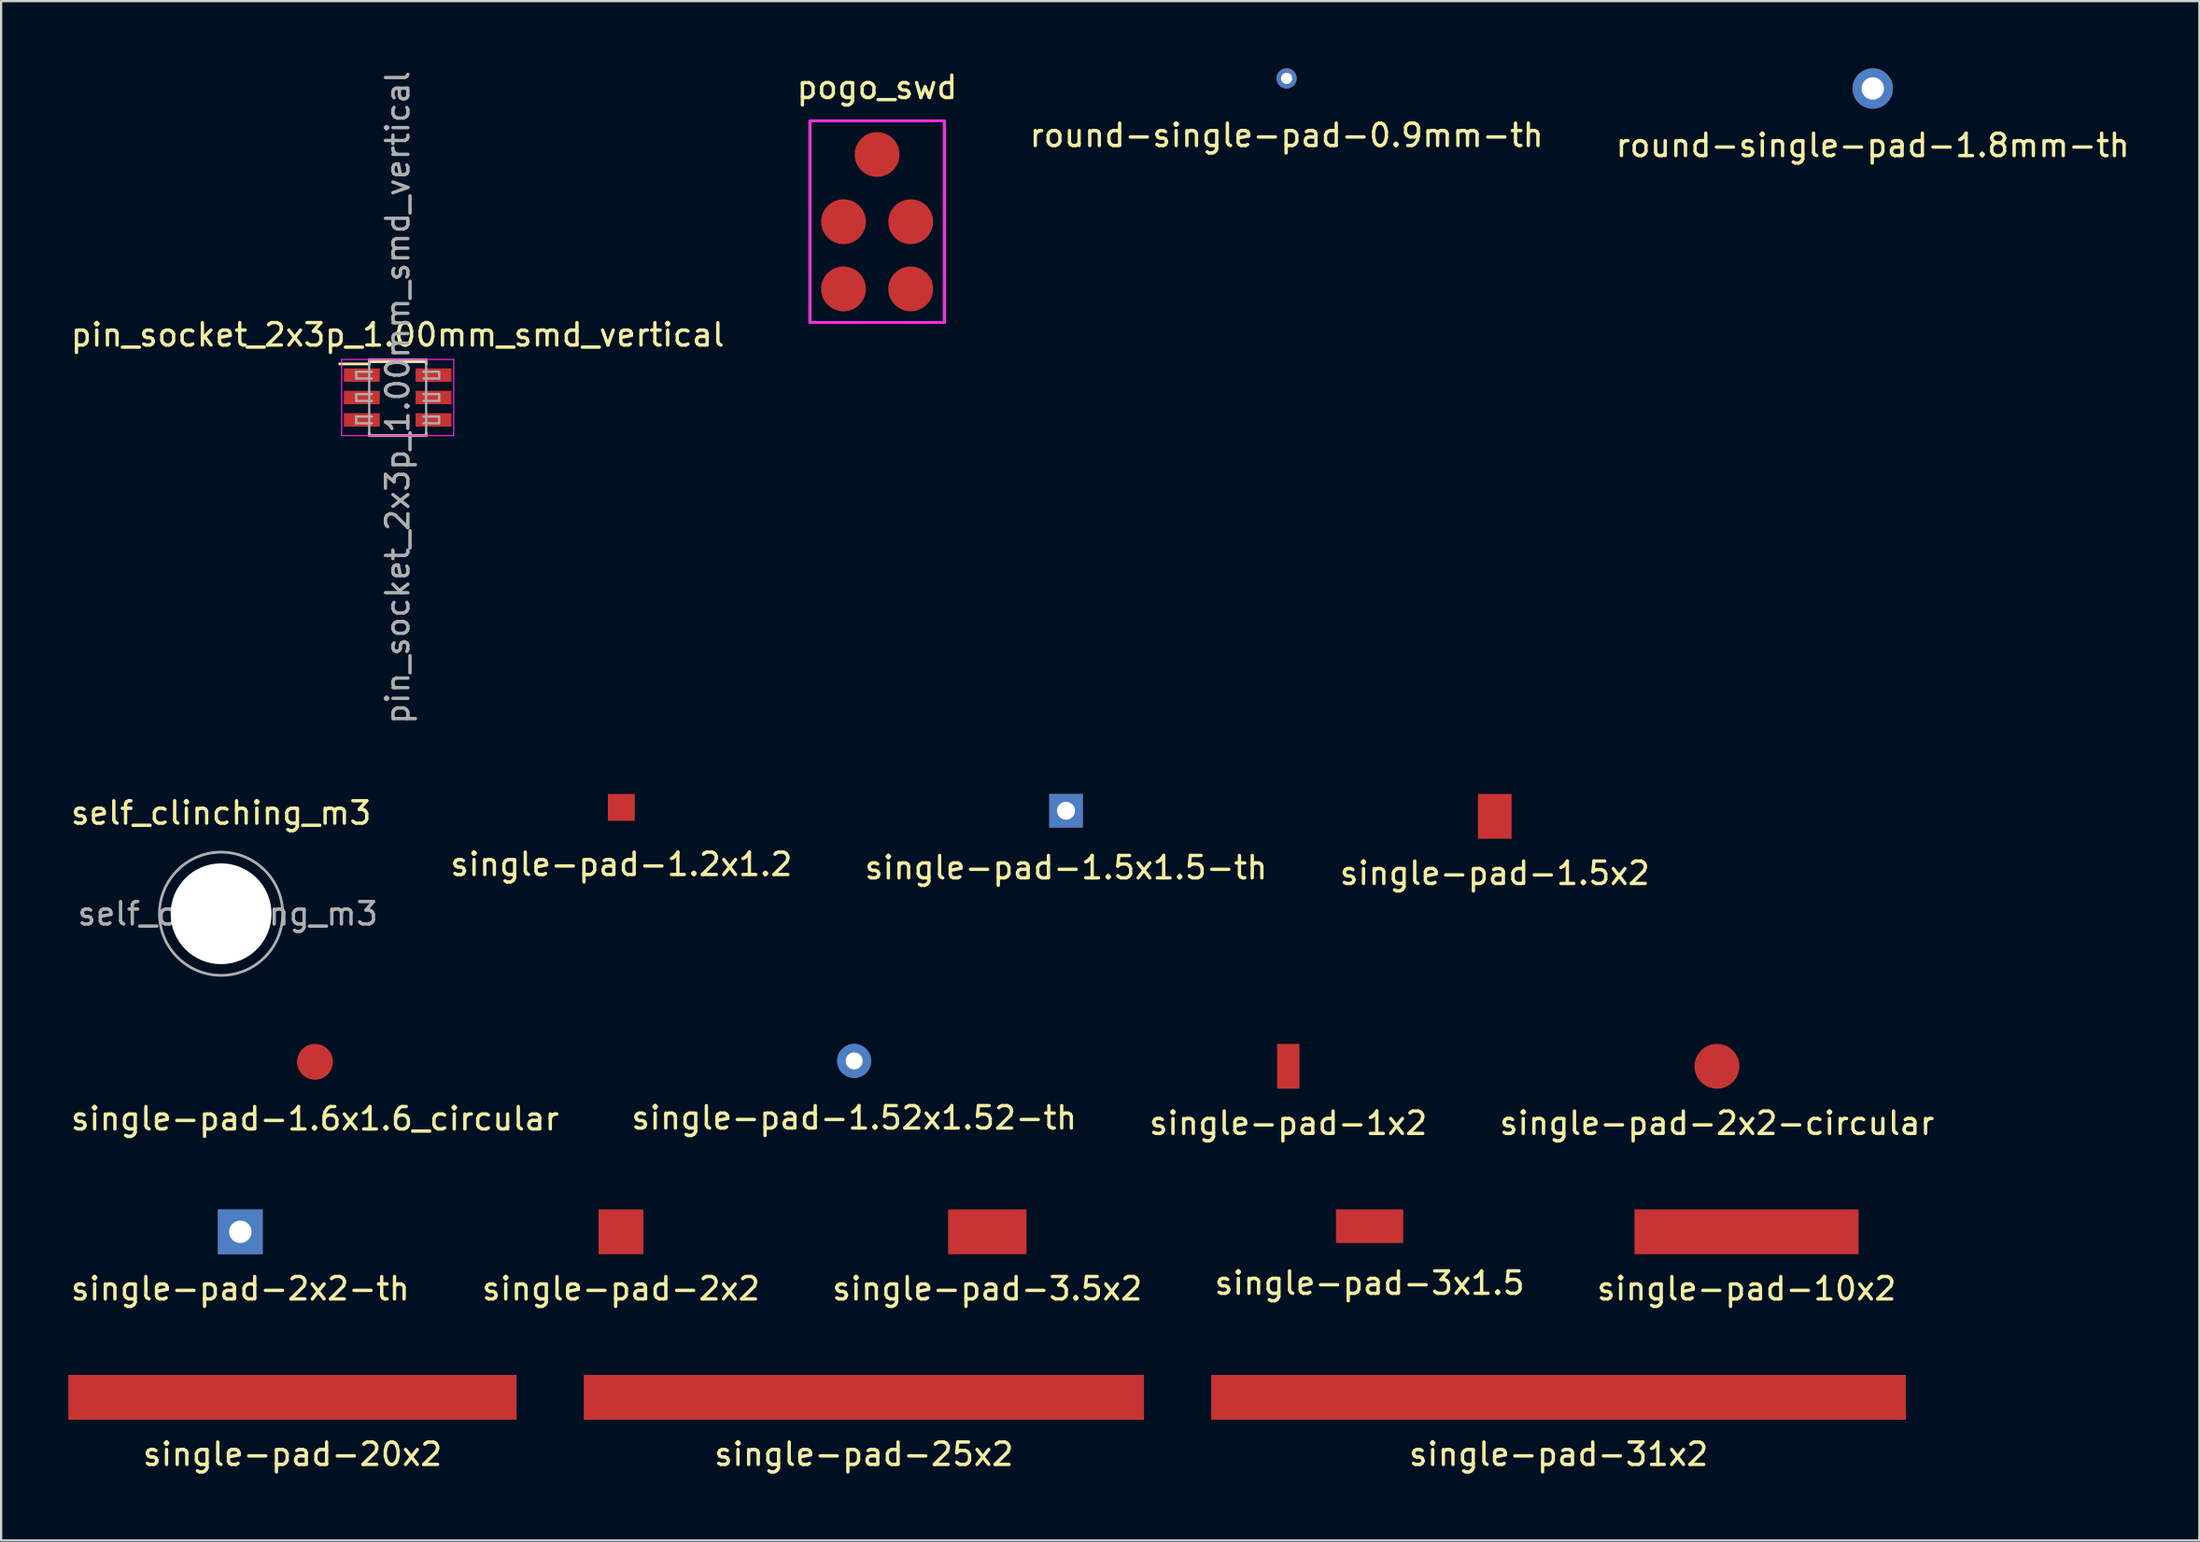
<source format=kicad_pcb>
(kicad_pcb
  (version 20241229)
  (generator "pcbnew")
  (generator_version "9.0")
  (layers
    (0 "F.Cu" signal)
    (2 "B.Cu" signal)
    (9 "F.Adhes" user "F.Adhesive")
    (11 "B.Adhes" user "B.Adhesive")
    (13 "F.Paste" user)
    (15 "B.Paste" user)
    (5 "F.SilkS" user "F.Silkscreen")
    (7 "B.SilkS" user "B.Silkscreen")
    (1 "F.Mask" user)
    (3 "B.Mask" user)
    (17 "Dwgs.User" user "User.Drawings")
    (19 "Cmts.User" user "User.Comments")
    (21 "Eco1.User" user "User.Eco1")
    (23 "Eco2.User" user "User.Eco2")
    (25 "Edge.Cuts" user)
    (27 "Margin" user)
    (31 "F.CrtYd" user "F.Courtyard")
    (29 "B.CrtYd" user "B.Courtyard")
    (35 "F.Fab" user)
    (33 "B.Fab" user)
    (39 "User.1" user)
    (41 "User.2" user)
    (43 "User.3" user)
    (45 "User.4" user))
  (footprint "single-pad-1x2"
    (layer "F.Cu")
    (at 54.435 44.551)
    (property "Reference" "single-pad-1x2" (at 0 2.54 0) (layer "F.SilkS") (effects (font (size 1 1) (thickness 0.15))))
    (attr through_hole)
    (pad "1" smd rect (at 0 0) (size 1 2) (layers "F.Cu" "F.Mask" "F.Paste")))
  (footprint "pogo_swd"
    (layer "F.Cu")
    (at 36.089 6.848)
    (property "Reference" "pogo_swd" (at 0 -6 0) (unlocked yes) (layer "F.SilkS") (effects (font (size 1 1) (thickness 0.15))))
    (attr smd)
    (fp_rect (start -3 -4.5) (end 3 4.5) (stroke (width 0.12) (type solid)) (fill no) (layer "F.SilkS"))
    (fp_rect (start -3 -4.5) (end 3 4.5) (stroke (width 0.12) (type solid)) (fill no) (layer "F.CrtYd"))
    (pad "1" smd circle (at 0 -3) (size 2 2) (layers "F.Cu" "F.Mask" "F.Paste"))
    (pad "2" smd circle (at -1.5 0) (size 2 2) (layers "F.Cu" "F.Mask" "F.Paste"))
    (pad "3" smd circle (at 1.5 0) (size 2 2) (layers "F.Cu" "F.Mask" "F.Paste"))
    (pad "4" smd circle (at 1.5 3) (size 2 2) (layers "F.Cu" "F.Mask" "F.Paste"))
    (pad "5" smd circle (at -1.5 3) (size 2 2) (layers "F.Cu" "F.Mask" "F.Paste")))
  (footprint "single-pad-31x2"
    (layer "F.Cu")
    (at 66.5 59.328)
    (property "Reference" "single-pad-31x2" (at 0 2.54 0) (layer "F.SilkS") (effects (font (size 1 1) (thickness 0.15))))
    (attr through_hole)
    (pad "1" smd rect (at 0 0) (size 31 2) (layers "F.Cu" "F.Mask" "F.Paste")))
  (footprint "pin_socket_2x3p_1.00mm_smd_vertical"
    (layer "F.Cu")
    (at 14.696 14.696)
    (property "Reference" "pin_socket_2x3p_1.00mm_smd_vertical" (at 0 -2.8 0) (layer "F.SilkS") (effects (font (size 1 1) (thickness 0.15))))
    (attr smd)
    (fp_line (start -2.59 -1.5) (end -1.27 -1.5) (stroke (width 0.12) (type solid)) (layer "F.SilkS"))
    (fp_line (start -1.27 -1.6) (end -1.27 -1.5) (stroke (width 0.12) (type solid)) (layer "F.SilkS"))
    (fp_line (start -1.27 -1.6) (end 1.27 -1.6) (stroke (width 0.12) (type solid)) (layer "F.SilkS"))
    (fp_line (start -1.27 1.6) (end -1.27 1.7) (stroke (width 0.12) (type solid)) (layer "F.SilkS"))
    (fp_line (start -1.27 1.7) (end 1.27 1.7) (stroke (width 0.12) (type solid)) (layer "F.SilkS"))
    (fp_line (start 1.27 -1.6) (end 1.27 -1.5) (stroke (width 0.12) (type solid)) (layer "F.SilkS"))
    (fp_line (start 1.27 1.6) (end 1.27 1.7) (stroke (width 0.12) (type solid)) (layer "F.SilkS"))
    (fp_line (start -2.5 -1.7) (end -2.5 1.7) (stroke (width 0.05) (type solid)) (layer "F.CrtYd"))
    (fp_line (start -2.5 1.7) (end 2.5 1.7) (stroke (width 0.05) (type solid)) (layer "F.CrtYd"))
    (fp_line (start 2.5 -1.7) (end -2.5 -1.7) (stroke (width 0.05) (type solid)) (layer "F.CrtYd"))
    (fp_line (start 2.5 1.7) (end 2.5 -1.7) (stroke (width 0.05) (type solid)) (layer "F.CrtYd"))
    (fp_line (start -1.85 -1.15) (end -1.85 -0.85) (stroke (width 0.1) (type solid)) (layer "F.Fab"))
    (fp_line (start -1.85 -0.85) (end -1.15 -0.85) (stroke (width 0.1) (type solid)) (layer "F.Fab"))
    (fp_line (start -1.85 -0.15) (end -1.85 0.15) (stroke (width 0.1) (type solid)) (layer "F.Fab"))
    (fp_line (start -1.85 0.15) (end -1.15 0.15) (stroke (width 0.1) (type solid)) (layer "F.Fab"))
    (fp_line (start -1.85 0.85) (end -1.85 1.15) (stroke (width 0.1) (type solid)) (layer "F.Fab"))
    (fp_line (start -1.85 1.15) (end -1.15 1.15) (stroke (width 0.1) (type solid)) (layer "F.Fab"))
    (fp_line (start -1.27 -1.7) (end 1.27 -1.7) (stroke (width 0.1) (type solid)) (layer "F.Fab"))
    (fp_line (start -1.27 1.7) (end -1.27 -1.7) (stroke (width 0.1) (type solid)) (layer "F.Fab"))
    (fp_line (start -1.15 -1.15) (end -1.85 -1.15) (stroke (width 0.1) (type solid)) (layer "F.Fab"))
    (fp_line (start -1.15 -0.15) (end -1.85 -0.15) (stroke (width 0.1) (type solid)) (layer "F.Fab"))
    (fp_line (start -1.15 0.85) (end -1.85 0.85) (stroke (width 0.1) (type solid)) (layer "F.Fab"))
    (fp_line (start 1.15 -1.15) (end 1.85 -1.15) (stroke (width 0.1) (type solid)) (layer "F.Fab"))
    (fp_line (start 1.15 -0.15) (end 1.85 -0.15) (stroke (width 0.1) (type solid)) (layer "F.Fab"))
    (fp_line (start 1.15 0.85) (end 1.85 0.85) (stroke (width 0.1) (type solid)) (layer "F.Fab"))
    (fp_line (start 1.27 -1.7) (end 1.27 1.7) (stroke (width 0.1) (type solid)) (layer "F.Fab"))
    (fp_line (start 1.27 1.7) (end -1.27 1.7) (stroke (width 0.1) (type solid)) (layer "F.Fab"))
    (fp_line (start 1.85 -1.15) (end 1.85 -0.85) (stroke (width 0.1) (type solid)) (layer "F.Fab"))
    (fp_line (start 1.85 -0.85) (end 1.15 -0.85) (stroke (width 0.1) (type solid)) (layer "F.Fab"))
    (fp_line (start 1.85 -0.15) (end 1.85 0.15) (stroke (width 0.1) (type solid)) (layer "F.Fab"))
    (fp_line (start 1.85 0.15) (end 1.15 0.15) (stroke (width 0.1) (type solid)) (layer "F.Fab"))
    (fp_line (start 1.85 0.85) (end 1.85 1.15) (stroke (width 0.1) (type solid)) (layer "F.Fab"))
    (fp_line (start 1.85 1.15) (end 1.15 1.15) (stroke (width 0.1) (type solid)) (layer "F.Fab"))
    (fp_text user "${REFERENCE}" (at 0 0 90) (layer "F.Fab") (effects (font (size 1 1) (thickness 0.15))))
    (pad "1" smd rect (at -1.6 -1) (size 1.6 0.6) (layers "F.Cu" "F.Mask" "F.Paste"))
    (pad "2" smd rect (at -1.6 0) (size 1.6 0.6) (layers "F.Cu" "F.Mask" "F.Paste"))
    (pad "3" smd rect (at -1.6 1) (size 1.6 0.6) (layers "F.Cu" "F.Mask" "F.Paste"))
    (pad "4" smd rect (at 1.6 1) (size 1.6 0.6) (layers "F.Cu" "F.Mask" "F.Paste"))
    (pad "5" smd rect (at 1.6 0) (size 1.6 0.6) (layers "F.Cu" "F.Mask" "F.Paste"))
    (pad "6" smd rect (at 1.6 -1) (size 1.6 0.6) (layers "F.Cu" "F.Mask" "F.Paste")))
  (footprint "single-pad-1.5x1.5-th"
    (layer "F.Cu")
    (at 44.52 33.143)
    (property "Reference" "single-pad-1.5x1.5-th" (at 0 2.54 0) (layer "F.SilkS") (effects (font (size 1 1) (thickness 0.15))))
    (attr through_hole)
    (pad "1" thru_hole rect (at 0 0) (size 1.5 1.5) (drill 0.8) (layers "*.Cu" "*.Mask")))
  (footprint "single-pad-3.5x2"
    (layer "F.Cu")
    (at 41.006 51.939)
    (property "Reference" "single-pad-3.5x2" (at 0 2.54 0) (layer "F.SilkS") (effects (font (size 1 1) (thickness 0.15))))
    (attr through_hole)
    (pad "1" smd rect (at 0 0) (size 3.5 2) (layers "F.Cu" "F.Mask" "F.Paste")))
  (footprint "single-pad-3x1.5"
    (layer "F.Cu")
    (at 58.065 51.689)
    (property "Reference" "single-pad-3x1.5" (at 0 2.54 0) (layer "F.SilkS") (effects (font (size 1 1) (thickness 0.15))))
    (attr through_hole)
    (pad "1" smd rect (at 0 0) (size 3 1.5) (layers "F.Cu" "F.Mask" "F.Paste")))
  (footprint "self_clinching_m3"
    (layer "F.Cu")
    (at 6.815 37.741)
    (property "Reference" "self_clinching_m3" (at 0 -4.5 0) (layer "F.SilkS") (effects (font (size 1 1) (thickness 0.15))))
    (attr exclude_from_pos_files exclude_from_bom)
    (fp_circle (center 0 0) (end 1.6 0) (stroke (width 0.05) (type solid)) (fill no) (layer "F.CrtYd"))
    (fp_circle (center 0 0) (end 2.75 0) (stroke (width 0.12) (type solid)) (fill no) (layer "F.Fab"))
    (fp_text user "${REFERENCE}" (at 0.3 0 0) (layer "F.Fab") (effects (font (size 1 1) (thickness 0.15))))
    (pad "" np_thru_hole circle (at 0 0) (size 4.5 4.5) (drill 4.5) (layers "*.Cu" "*.Mask")))
  (footprint "single-pad-1.52x1.52-th"
    (layer "F.Cu")
    (at 35.065 44.311)
    (property "Reference" "single-pad-1.52x1.52-th" (at 0 2.54 0) (layer "F.SilkS") (effects (font (size 1 1) (thickness 0.15))))
    (attr through_hole)
    (pad "1" thru_hole circle (at 0 0) (size 1.52 1.52) (drill 0.76) (layers "*.Cu" "*.Mask")))
  (footprint "single-pad-2x2-th"
    (layer "F.Cu")
    (at 7.673 51.939)
    (property "Reference" "single-pad-2x2-th" (at 0 2.54 0) (layer "F.SilkS") (effects (font (size 1 1) (thickness 0.15))))
    (attr through_hole)
    (pad "1" thru_hole rect (at 0 0) (size 2 2) (drill 1) (layers "*.Cu" "*.Mask")))
  (footprint "single-pad-1.6x1.6_circular"
    (layer "F.Cu")
    (at 11.006 44.351)
    (property "Reference" "single-pad-1.6x1.6_circular" (at 0 2.54 0) (layer "F.SilkS") (effects (font (size 1 1) (thickness 0.15))))
    (attr smd)
    (pad "1" smd circle (at 0 0) (size 1.6 1.6) (layers "F.Cu" "F.Mask" "F.Paste")))
  (footprint "round-single-pad-1.8mm-th"
    (layer "F.Cu")
    (at 80.518 0.9)
    (property "Reference" "round-single-pad-1.8mm-th" (at 0 2.54 0) (layer "F.SilkS") (effects (font (size 1 1) (thickness 0.15))))
    (attr through_hole)
    (pad "1" thru_hole circle (at 0 0) (size 1.8 1.8) (drill 1) (layers "*.Cu" "*.Mask")))
  (footprint "single-pad-25x2"
    (layer "F.Cu")
    (at 35.5 59.328)
    (property "Reference" "single-pad-25x2" (at 0 2.54 0) (layer "F.SilkS") (effects (font (size 1 1) (thickness 0.15))))
    (attr through_hole)
    (pad "1" smd rect (at 0 0) (size 25 2) (layers "F.Cu" "F.Mask" "F.Paste")))
  (footprint "round-single-pad-0.9mm-th"
    (layer "F.Cu")
    (at 54.363 0.45)
    (property "Reference" "round-single-pad-0.9mm-th" (at 0 2.54 0) (layer "F.SilkS") (effects (font (size 1 1) (thickness 0.15))))
    (attr through_hole)
    (pad "1" thru_hole circle (at 0 0) (size 0.9 0.9) (drill 0.5) (layers "*.Cu" "*.Mask")))
  (footprint "single-pad-20x2"
    (layer "F.Cu")
    (at 10 59.328)
    (property "Reference" "single-pad-20x2" (at 0 2.54 0) (layer "F.SilkS") (effects (font (size 1 1) (thickness 0.15))))
    (attr through_hole)
    (pad "1" smd rect (at 0 0) (size 20 2) (layers "F.Cu" "F.Mask" "F.Paste")))
  (footprint "single-pad-1.5x2"
    (layer "F.Cu")
    (at 63.651 33.393)
    (property "Reference" "single-pad-1.5x2" (at 0 2.54 0) (layer "F.SilkS") (effects (font (size 1 1) (thickness 0.15))))
    (attr smd)
    (pad "1" smd rect (at 0 0) (size 1.5 2) (layers "F.Cu" "F.Mask" "F.Paste")))
  (footprint "single-pad-2x2"
    (layer "F.Cu")
    (at 24.661 51.939)
    (property "Reference" "single-pad-2x2" (at 0 2.54 0) (layer "F.SilkS") (effects (font (size 1 1) (thickness 0.15))))
    (attr through_hole)
    (pad "1" smd rect (at 0 0) (size 2 2) (layers "F.Cu" "F.Mask" "F.Paste")))
  (footprint "single-pad-1.2x1.2"
    (layer "F.Cu")
    (at 24.675 32.993)
    (property "Reference" "single-pad-1.2x1.2" (at 0 2.54 0) (layer "F.SilkS") (effects (font (size 1 1) (thickness 0.15))))
    (attr smd)
    (pad "1" smd rect (at 0 0) (size 1.2 1.2) (layers "F.Cu" "F.Mask" "F.Paste")))
  (footprint "single-pad-10x2"
    (layer "F.Cu")
    (at 74.887 51.939)
    (property "Reference" "single-pad-10x2" (at 0 2.54 0) (layer "F.SilkS") (effects (font (size 1 1) (thickness 0.15))))
    (attr through_hole)
    (pad "1" smd rect (at 0 0) (size 10 2) (layers "F.Cu" "F.Mask" "F.Paste")))
  (footprint "single-pad-2x2-circular"
    (layer "F.Cu")
    (at 73.565 44.551)
    (property "Reference" "single-pad-2x2-circular" (at 0 2.54 0) (layer "F.SilkS") (effects (font (size 1 1) (thickness 0.15))))
    (attr smd)
    (pad "1" smd circle (at 0 0) (size 2 2) (layers "F.Cu" "F.Mask" "F.Paste")))
  (gr_rect
    (start -3 -3)
    (end 95.095 65.716)
    (stroke (width 0.1) (type default))
    (fill no)
    (layer "Edge.Cuts")))
</source>
